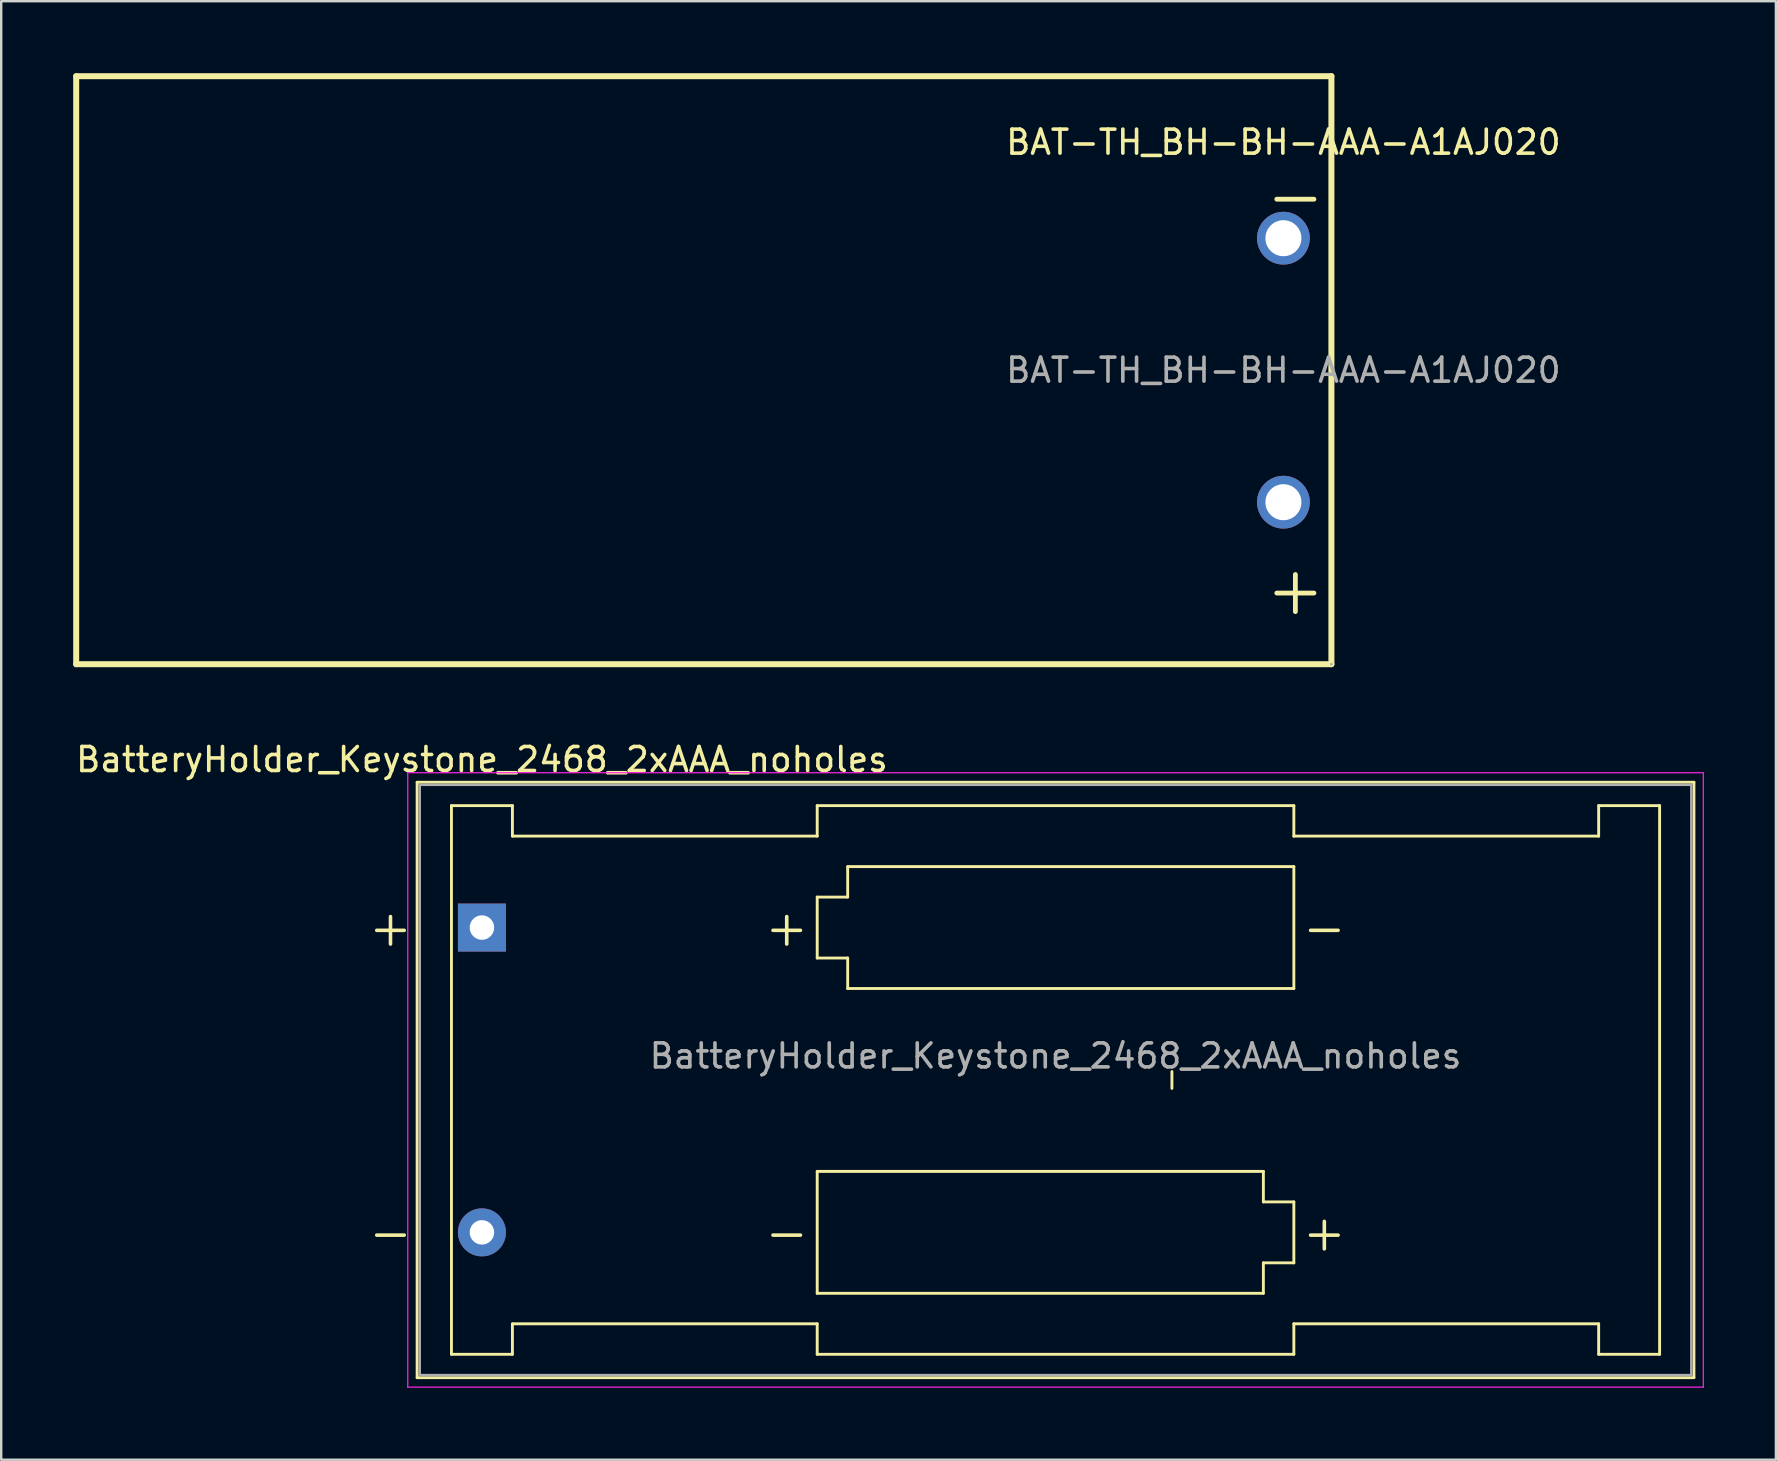
<source format=kicad_pcb>
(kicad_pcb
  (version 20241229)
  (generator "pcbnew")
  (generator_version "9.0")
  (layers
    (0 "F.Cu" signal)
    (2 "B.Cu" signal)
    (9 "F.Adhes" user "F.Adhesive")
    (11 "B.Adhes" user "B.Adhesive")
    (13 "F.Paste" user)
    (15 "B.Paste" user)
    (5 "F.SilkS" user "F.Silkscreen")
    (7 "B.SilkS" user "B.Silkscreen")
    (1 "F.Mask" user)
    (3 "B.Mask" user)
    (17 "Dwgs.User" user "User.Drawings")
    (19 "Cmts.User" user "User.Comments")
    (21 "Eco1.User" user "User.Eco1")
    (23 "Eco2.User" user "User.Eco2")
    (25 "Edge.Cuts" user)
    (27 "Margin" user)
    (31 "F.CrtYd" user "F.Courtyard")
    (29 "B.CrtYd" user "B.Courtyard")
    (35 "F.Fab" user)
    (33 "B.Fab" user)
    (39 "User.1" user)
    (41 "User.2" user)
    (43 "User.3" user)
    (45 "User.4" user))
  (footprint "BatteryHolder_Keystone_2468_2xAAA_noholes"
    (layer "F.Cu")
    (at 17.03 35.598)
    (property "Reference" "BatteryHolder_Keystone_2468_2xAAA_noholes" (at 0 -7 0) (layer "F.SilkS") (effects (font (size 1 1) (thickness 0.15))))
    (attr through_hole)
    (fp_line (start -2.7 -6.05) (end -2.7 18.75) (stroke (width 0.12) (type solid)) (layer "F.SilkS"))
    (fp_line (start -2.7 18.755) (end 50.5 18.755) (stroke (width 0.12) (type solid)) (layer "F.SilkS"))
    (fp_line (start -1.27 -5.08) (end -1.27 17.78) (stroke (width 0.12) (type solid)) (layer "F.SilkS"))
    (fp_line (start -1.27 17.78) (end 1.27 17.78) (stroke (width 0.12) (type solid)) (layer "F.SilkS"))
    (fp_line (start 1.27 -5.08) (end -1.27 -5.08) (stroke (width 0.12) (type solid)) (layer "F.SilkS"))
    (fp_line (start 1.27 -3.81) (end 1.27 -5.08) (stroke (width 0.12) (type solid)) (layer "F.SilkS"))
    (fp_line (start 1.27 -3.81) (end 13.97 -3.81) (stroke (width 0.12) (type solid)) (layer "F.SilkS"))
    (fp_line (start 1.27 16.51) (end 13.97 16.51) (stroke (width 0.12) (type solid)) (layer "F.SilkS"))
    (fp_line (start 1.27 17.78) (end 1.27 16.51) (stroke (width 0.12) (type solid)) (layer "F.SilkS"))
    (fp_line (start 13.97 -5.08) (end 13.97 -3.81) (stroke (width 0.12) (type solid)) (layer "F.SilkS"))
    (fp_line (start 13.97 -1.27) (end 15.24 -1.27) (stroke (width 0.12) (type solid)) (layer "F.SilkS"))
    (fp_line (start 13.97 1.27) (end 13.97 -1.27) (stroke (width 0.12) (type solid)) (layer "F.SilkS"))
    (fp_line (start 13.97 10.16) (end 32.56 10.16) (stroke (width 0.12) (type solid)) (layer "F.SilkS"))
    (fp_line (start 13.97 15.24) (end 13.97 10.16) (stroke (width 0.12) (type solid)) (layer "F.SilkS"))
    (fp_line (start 13.97 16.51) (end 13.97 17.78) (stroke (width 0.12) (type solid)) (layer "F.SilkS"))
    (fp_line (start 13.97 17.78) (end 33.83 17.78) (stroke (width 0.12) (type solid)) (layer "F.SilkS"))
    (fp_line (start 15.24 -2.54) (end 33.83 -2.54) (stroke (width 0.12) (type solid)) (layer "F.SilkS"))
    (fp_line (start 15.24 -1.27) (end 15.24 -2.54) (stroke (width 0.12) (type solid)) (layer "F.SilkS"))
    (fp_line (start 15.24 1.27) (end 13.97 1.27) (stroke (width 0.12) (type solid)) (layer "F.SilkS"))
    (fp_line (start 15.24 2.54) (end 15.24 1.27) (stroke (width 0.12) (type solid)) (layer "F.SilkS"))
    (fp_line (start 28.75 6) (end 28.75 6.7) (stroke (width 0.12) (type solid)) (layer "F.SilkS"))
    (fp_line (start 32.56 10.16) (end 32.56 11.43) (stroke (width 0.12) (type solid)) (layer "F.SilkS"))
    (fp_line (start 32.56 11.43) (end 33.83 11.43) (stroke (width 0.12) (type solid)) (layer "F.SilkS"))
    (fp_line (start 32.56 13.97) (end 32.56 15.24) (stroke (width 0.12) (type solid)) (layer "F.SilkS"))
    (fp_line (start 32.56 15.24) (end 13.97 15.24) (stroke (width 0.12) (type solid)) (layer "F.SilkS"))
    (fp_line (start 33.83 -5.08) (end 13.97 -5.08) (stroke (width 0.12) (type solid)) (layer "F.SilkS"))
    (fp_line (start 33.83 -3.81) (end 33.83 -5.08) (stroke (width 0.12) (type solid)) (layer "F.SilkS"))
    (fp_line (start 33.83 -2.54) (end 33.83 2.54) (stroke (width 0.12) (type solid)) (layer "F.SilkS"))
    (fp_line (start 33.83 2.54) (end 15.24 2.54) (stroke (width 0.12) (type solid)) (layer "F.SilkS"))
    (fp_line (start 33.83 11.43) (end 33.83 13.97) (stroke (width 0.12) (type solid)) (layer "F.SilkS"))
    (fp_line (start 33.83 13.97) (end 32.56 13.97) (stroke (width 0.12) (type solid)) (layer "F.SilkS"))
    (fp_line (start 33.83 17.78) (end 33.83 16.51) (stroke (width 0.12) (type solid)) (layer "F.SilkS"))
    (fp_line (start 46.53 -5.08) (end 46.53 -3.81) (stroke (width 0.12) (type solid)) (layer "F.SilkS"))
    (fp_line (start 46.53 -3.81) (end 33.83 -3.81) (stroke (width 0.12) (type solid)) (layer "F.SilkS"))
    (fp_line (start 46.53 16.51) (end 33.83 16.51) (stroke (width 0.12) (type solid)) (layer "F.SilkS"))
    (fp_line (start 46.53 17.78) (end 46.53 16.51) (stroke (width 0.12) (type solid)) (layer "F.SilkS"))
    (fp_line (start 49.07 -5.08) (end 46.53 -5.08) (stroke (width 0.12) (type solid)) (layer "F.SilkS"))
    (fp_line (start 49.07 -5.08) (end 49.07 17.78) (stroke (width 0.12) (type solid)) (layer "F.SilkS"))
    (fp_line (start 49.07 17.78) (end 46.53 17.78) (stroke (width 0.12) (type solid)) (layer "F.SilkS"))
    (fp_line (start 50.5 -6.055) (end -2.7 -6.055) (stroke (width 0.12) (type solid)) (layer "F.SilkS"))
    (fp_line (start 50.5 18.75) (end 50.5 -6.05) (stroke (width 0.12) (type solid)) (layer "F.SilkS"))
    (fp_line (start -3.09 -6.45) (end -3.09 19.15) (stroke (width 0.05) (type solid)) (layer "F.CrtYd"))
    (fp_line (start -3.09 19.15) (end 50.89 19.15) (stroke (width 0.05) (type solid)) (layer "F.CrtYd"))
    (fp_line (start 50.89 -6.45) (end -3.09 -6.45) (stroke (width 0.05) (type solid)) (layer "F.CrtYd"))
    (fp_line (start 50.89 19.15) (end 50.89 -6.45) (stroke (width 0.05) (type solid)) (layer "F.CrtYd"))
    (fp_line (start -2.59 -5.945) (end 50.39 -5.945) (stroke (width 0.1) (type solid)) (layer "F.Fab"))
    (fp_line (start -2.59 18.645) (end -2.59 -5.945) (stroke (width 0.1) (type solid)) (layer "F.Fab"))
    (fp_line (start -2.59 18.645) (end 50.39 18.645) (stroke (width 0.1) (type solid)) (layer "F.Fab"))
    (fp_line (start 50.39 18.645) (end 50.39 -5.945) (stroke (width 0.1) (type solid)) (layer "F.Fab"))
    (fp_text user "-" (at -3.81 12.7 0) (layer "F.SilkS") (effects (font (size 1.5 1.5) (thickness 0.15))))
    (fp_text user "-" (at 35.1 0 0) (layer "F.SilkS") (effects (font (size 1.5 1.5) (thickness 0.15))))
    (fp_text user "-" (at 12.7 12.7 0) (layer "F.SilkS") (effects (font (size 1.5 1.5) (thickness 0.15))))
    (fp_text user "+" (at -3.81 0 0) (layer "F.SilkS") (effects (font (size 1.5 1.5) (thickness 0.15))))
    (fp_text user "+" (at 12.7 0 0) (layer "F.SilkS") (effects (font (size 1.5 1.5) (thickness 0.15))))
    (fp_text user "+" (at 35.1 12.7 0) (layer "F.SilkS") (effects (font (size 1.5 1.5) (thickness 0.15))))
    (fp_text user "${REFERENCE}" (at 23.9 5.35 0) (layer "F.Fab") (effects (font (size 1 1) (thickness 0.15))))
    (pad "1" thru_hole rect (at 0 0) (size 2 2) (drill 1.02) (layers "*.Cu" "*.Mask"))
    (pad "2" thru_hole circle (at 0 12.7) (size 2 2) (drill 1.02) (layers "*.Cu" "*.Mask")))
  (footprint "BAT-TH_BH-BH-AAA-A1AJ020"
    (layer "F.Cu")
    (at 50.425 12.375)
    (property "Reference" "BAT-TH_BH-BH-AAA-A1AJ020" (at 0 -9.5 0) (layer "F.SilkS") (effects (font (size 1 1) (thickness 0.15))))
    (attr through_hole)
    (fp_line (start -50.3 -12.25) (end 2 -12.25) (stroke (width 0.25) (type solid)) (layer "F.SilkS"))
    (fp_line (start -50.3 12.25) (end -50.3 -12.25) (stroke (width 0.25) (type solid)) (layer "F.SilkS"))
    (fp_line (start 2 -12.25) (end 2 12.25) (stroke (width 0.25) (type solid)) (layer "F.SilkS"))
    (fp_line (start 2 12.25) (end -50.3 12.25) (stroke (width 0.25) (type solid)) (layer "F.SilkS"))
    (fp_circle (center 0 -5.5) (end 0.25 -5.5) (stroke (width 0.5) (type solid)) (fill no) (layer "F.Fab"))
    (fp_circle (center 0 5.5) (end 0.25 5.5) (stroke (width 0.5) (type solid)) (fill no) (layer "F.Fab"))
    (fp_circle (center 2 12.25) (end 2.03 12.25) (stroke (width 0.06) (type solid)) (fill no) (layer "F.Fab"))
    (fp_text user "-" (at -0.89 -7.28 0) (layer "F.SilkS") (effects (font (size 2.03 2.03) (thickness 0.2)) (justify left)))
    (fp_text user "+" (at -0.89 9.13 0) (layer "F.SilkS") (effects (font (size 2.03 2.03) (thickness 0.2)) (justify left)))
    (fp_text user "${REFERENCE}" (at 0 0 0) (layer "F.Fab") (effects (font (size 1 1) (thickness 0.15))))
    (pad "1" thru_hole circle (at 0 5.5) (size 2.2 2.2) (drill 1.5) (layers "*.Cu" "*.Mask"))
    (pad "2" thru_hole circle (at 0 -5.5) (size 2.2 2.2) (drill 1.5) (layers "*.Cu" "*.Mask")))
  (gr_rect
    (start -3 -3)
    (end 70.945 57.773)
    (stroke (width 0.1) (type default))
    (fill no)
    (layer "Edge.Cuts")))
</source>
